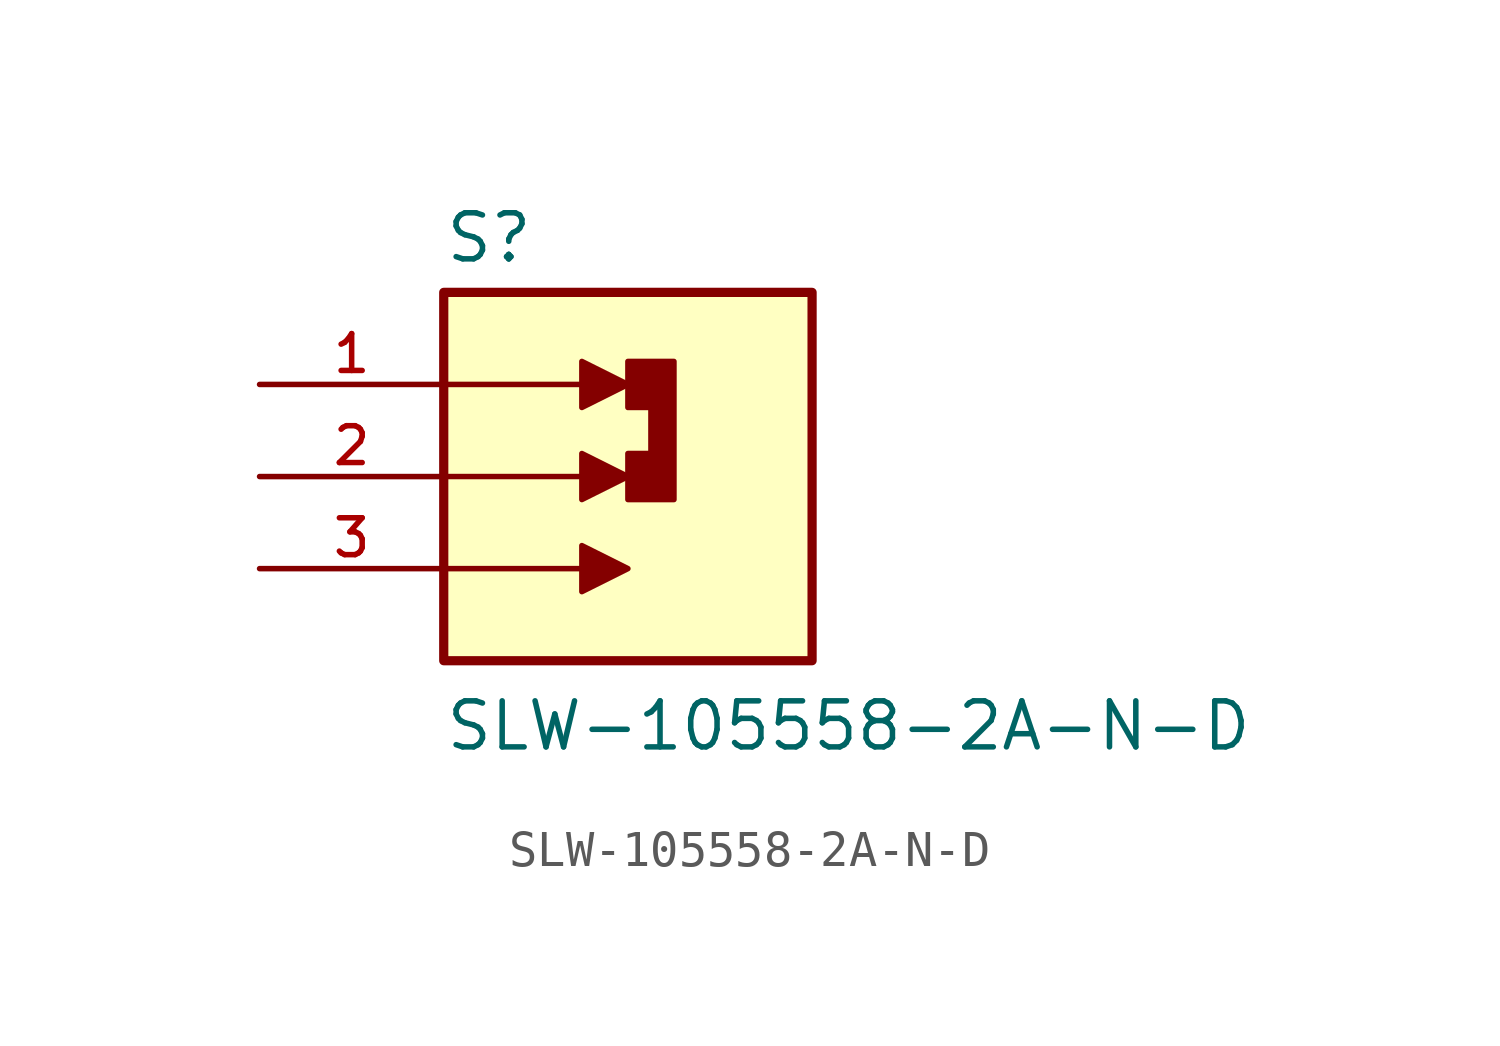
<source format=kicad_sym>
(kicad_symbol_lib
  (version 20211014)
  (generator kicad_symbol_editor)
  (symbol "SLW-105558-2A-N-D"
    (pin_names
      (offset 1.016))
    (property "Reference" "S"
      (at -5.08 5.842 0)
      (effects (font (size 1.27 1.27)) (justify bottom left)))
    (property "Value" "SLW-105558-2A-N-D"
      (at -5.08 -7.62 0)
      (effects (font (size 1.27 1.27)) (justify bottom left)))
    (symbol "SLW-105558-2A-N-D_0_0"
      (polyline (pts (xy -5.08 2.54) (xy -1.27 2.54)) (stroke (width 0.152)))
      (polyline (pts (xy -1.27 3.175) (xy -1.27 1.905) (xy 0.0 2.54) (xy -1.27 3.175)) (stroke (width 0.152)) (fill (type outline)))
      (polyline (pts (xy -5.08 -2.54) (xy -1.27 -2.54)) (stroke (width 0.152)))
      (polyline (pts (xy -1.27 -1.905) (xy -1.27 -3.175) (xy 0.0 -2.54) (xy -1.27 -1.905)) (stroke (width 0.152)) (fill (type outline)))
      (polyline (pts (xy -5.08 0.0) (xy -1.27 0.0)) (stroke (width 0.152)))
      (polyline (pts (xy -1.27 0.635) (xy -1.27 -0.635) (xy 0.0 0.0) (xy -1.27 0.635)) (stroke (width 0.152)) (fill (type outline)))
      (polyline (pts (xy 0.0 1.905) (xy 0.0 3.175) (xy 1.27 3.175) (xy 1.27 -0.635) (xy 0.0 -0.635) (xy 0.0 0.635) (xy 0.635 0.635) (xy 0.635 1.905) (xy 0.0 1.905)) (stroke (width 0.152)) (fill (type outline)))
      (rectangle (start -5.08 -5.08) (end 5.08 5.08) (stroke (width 0.254)) (fill (type background)))
      (pin passive line (at -10.16 2.54 0) (length 5.08) (name "~" (effects (font (size 1.016 1.016)))) (number "1" (effects (font (size 1.016 1.016)))))
      (pin passive line (at -10.16 0.0 0) (length 5.08) (name "~" (effects (font (size 1.016 1.016)))) (number "2" (effects (font (size 1.016 1.016)))))
      (pin passive line (at -10.16 -2.54 0) (length 5.08) (name "~" (effects (font (size 1.016 1.016)))) (number "3" (effects (font (size 1.016 1.016))))))))
</source>
